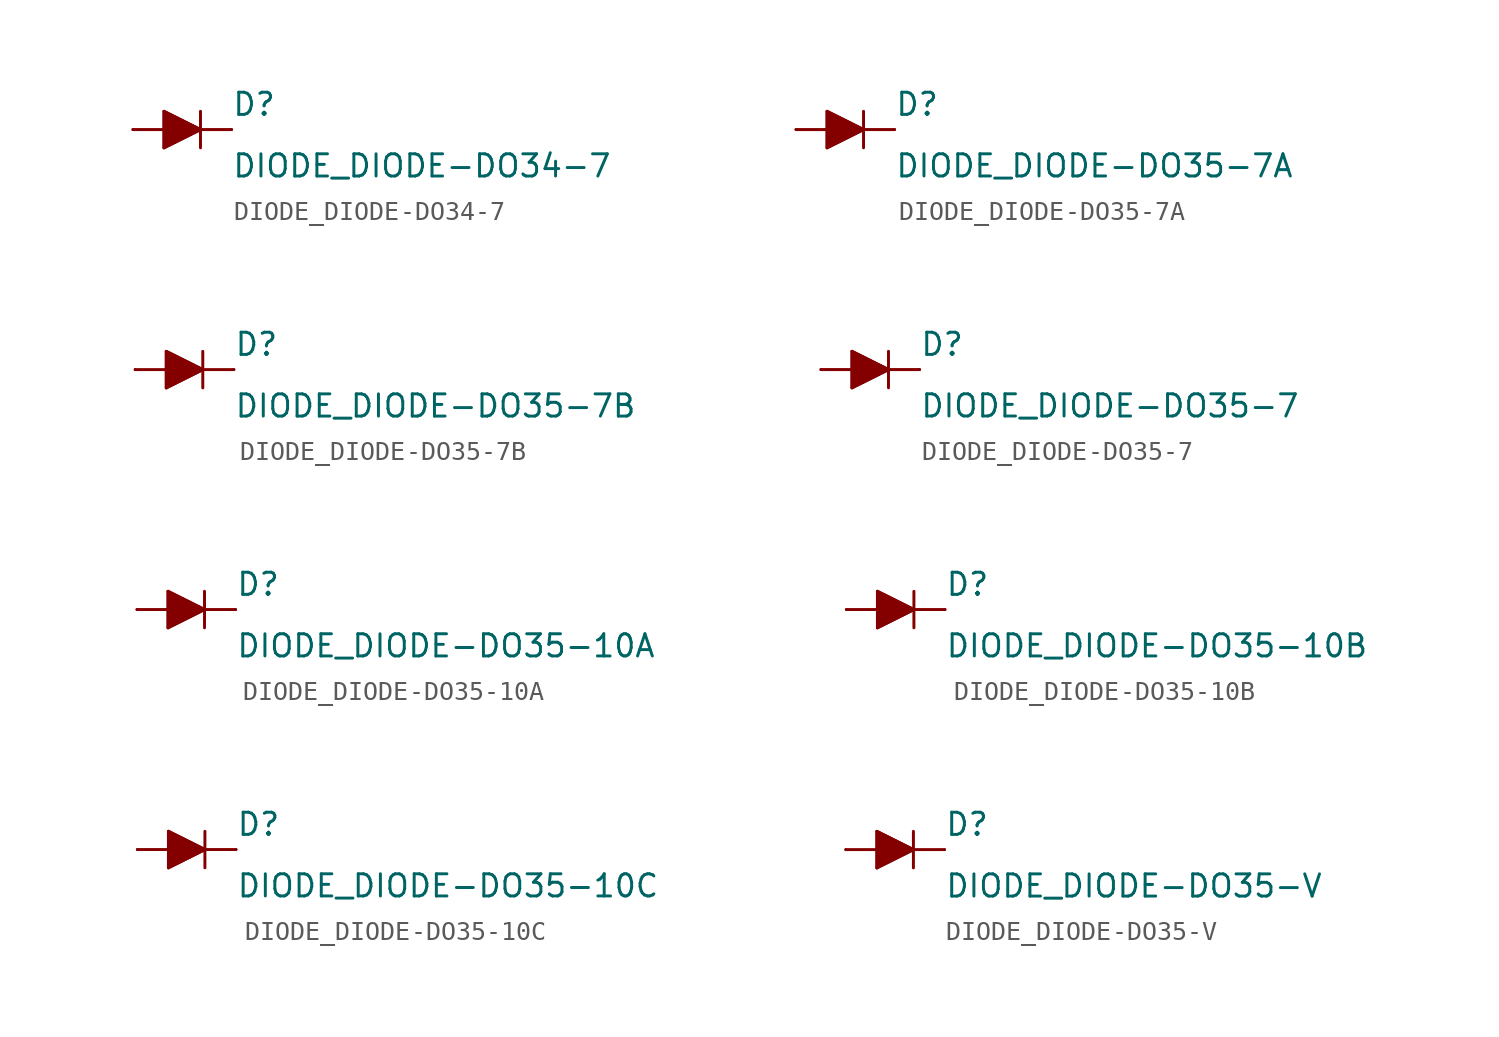
<source format=kicad_sym>
(kicad_symbol_lib
  (version 20210619)
  (generator kicad_symbol_editor)
  (symbol "DIODE_DIODE-DO34-7"
    (pin_numbers hide)
    (pin_names
      (offset 1.016) hide)
    (property "Reference" "D"
      (at 2.54 0.635 0)
      (effects (font (size 1.143 1.143)) (justify left bottom)))
    (property "Value" "DIODE_DIODE-DO34-7"
      (at 2.54 -2.54 0)
      (effects (font (size 1.143 1.143)) (justify left bottom)))
    (property "ki_locked" ""
      (at 0 0 0)
      (effects (font (size 1.27 1.27))))
    (symbol "DIODE_DIODE-DO34-7_1_0"
      (polyline (pts (xy -0.94 -0.94) (xy 0.94 0)) (stroke (width 0)) (fill (type none)))
      (polyline (pts (xy -0.94 0) (xy -2.54 0)) (stroke (width 0)) (fill (type none)))
      (polyline (pts (xy -0.94 0) (xy -0.94 -0.94)) (stroke (width 0)) (fill (type none)))
      (polyline (pts (xy -0.94 0.94) (xy -0.94 0)) (stroke (width 0)) (fill (type none)))
      (polyline (pts (xy 0.94 0) (xy -0.94 0.94)) (stroke (width 0)) (fill (type none)))
      (polyline (pts (xy 0.94 0) (xy 0.94 -0.94)) (stroke (width 0)) (fill (type none)))
      (polyline (pts (xy 0.94 0) (xy 2.54 0)) (stroke (width 0)) (fill (type none)))
      (polyline (pts (xy 0.94 0.94) (xy 0.94 0)) (stroke (width 0)) (fill (type none))))
    (symbol "DIODE_DIODE-DO34-7_1_1"
      (polyline (pts (xy -0.94 0.94) (xy 0.94 0) (xy 0.94 0) (xy -0.94 -0.94) (xy -0.94 -0.94) (xy -0.94 0.94)) (stroke (width 0)) (fill (type outline)))
      (pin passive line (at -2.54 0 0) (length 0) (name "A" (effects (font (size 1.016 1.016)))) (number "A" (effects (font (size 1.016 1.016)))))
      (pin passive line (at 2.54 0 180) (length 0) (name "C" (effects (font (size 1.016 1.016)))) (number "C" (effects (font (size 1.016 1.016)))))))
  (symbol "DIODE_DIODE-DO35-7A"
    (pin_numbers hide)
    (pin_names
      (offset 1.016) hide)
    (property "Reference" "D"
      (at 2.54 0.635 0)
      (effects (font (size 1.143 1.143)) (justify left bottom)))
    (property "Value" "DIODE_DIODE-DO35-7A"
      (at 2.54 -2.54 0)
      (effects (font (size 1.143 1.143)) (justify left bottom)))
    (property "ki_locked" ""
      (at 0 0 0)
      (effects (font (size 1.27 1.27))))
    (symbol "DIODE_DIODE-DO35-7A_1_0"
      (polyline (pts (xy -0.94 -0.94) (xy 0.94 0)) (stroke (width 0)) (fill (type none)))
      (polyline (pts (xy -0.94 0) (xy -2.54 0)) (stroke (width 0)) (fill (type none)))
      (polyline (pts (xy -0.94 0) (xy -0.94 -0.94)) (stroke (width 0)) (fill (type none)))
      (polyline (pts (xy -0.94 0.94) (xy -0.94 0)) (stroke (width 0)) (fill (type none)))
      (polyline (pts (xy 0.94 0) (xy -0.94 0.94)) (stroke (width 0)) (fill (type none)))
      (polyline (pts (xy 0.94 0) (xy 0.94 -0.94)) (stroke (width 0)) (fill (type none)))
      (polyline (pts (xy 0.94 0) (xy 2.54 0)) (stroke (width 0)) (fill (type none)))
      (polyline (pts (xy 0.94 0.94) (xy 0.94 0)) (stroke (width 0)) (fill (type none))))
    (symbol "DIODE_DIODE-DO35-7A_1_1"
      (polyline (pts (xy -0.94 0.94) (xy 0.94 0) (xy 0.94 0) (xy -0.94 -0.94) (xy -0.94 -0.94) (xy -0.94 0.94)) (stroke (width 0)) (fill (type outline)))
      (pin passive line (at -2.54 0 0) (length 0) (name "A" (effects (font (size 1.016 1.016)))) (number "A" (effects (font (size 1.016 1.016)))))
      (pin passive line (at 2.54 0 180) (length 0) (name "C" (effects (font (size 1.016 1.016)))) (number "C" (effects (font (size 1.016 1.016)))))))
  (symbol "DIODE_DIODE-DO35-7B"
    (pin_numbers hide)
    (pin_names
      (offset 1.016) hide)
    (property "Reference" "D"
      (at 2.54 0.635 0)
      (effects (font (size 1.143 1.143)) (justify left bottom)))
    (property "Value" "DIODE_DIODE-DO35-7B"
      (at 2.54 -2.54 0)
      (effects (font (size 1.143 1.143)) (justify left bottom)))
    (property "ki_locked" ""
      (at 0 0 0)
      (effects (font (size 1.27 1.27))))
    (symbol "DIODE_DIODE-DO35-7B_1_0"
      (polyline (pts (xy -0.94 -0.94) (xy 0.94 0)) (stroke (width 0)) (fill (type none)))
      (polyline (pts (xy -0.94 0) (xy -2.54 0)) (stroke (width 0)) (fill (type none)))
      (polyline (pts (xy -0.94 0) (xy -0.94 -0.94)) (stroke (width 0)) (fill (type none)))
      (polyline (pts (xy -0.94 0.94) (xy -0.94 0)) (stroke (width 0)) (fill (type none)))
      (polyline (pts (xy 0.94 0) (xy -0.94 0.94)) (stroke (width 0)) (fill (type none)))
      (polyline (pts (xy 0.94 0) (xy 0.94 -0.94)) (stroke (width 0)) (fill (type none)))
      (polyline (pts (xy 0.94 0) (xy 2.54 0)) (stroke (width 0)) (fill (type none)))
      (polyline (pts (xy 0.94 0.94) (xy 0.94 0)) (stroke (width 0)) (fill (type none))))
    (symbol "DIODE_DIODE-DO35-7B_1_1"
      (polyline (pts (xy -0.94 0.94) (xy 0.94 0) (xy 0.94 0) (xy -0.94 -0.94) (xy -0.94 -0.94) (xy -0.94 0.94)) (stroke (width 0)) (fill (type outline)))
      (pin passive line (at -2.54 0 0) (length 0) (name "A" (effects (font (size 1.016 1.016)))) (number "A" (effects (font (size 1.016 1.016)))))
      (pin passive line (at 2.54 0 180) (length 0) (name "C" (effects (font (size 1.016 1.016)))) (number "C" (effects (font (size 1.016 1.016)))))))
  (symbol "DIODE_DIODE-DO35-7"
    (pin_numbers hide)
    (pin_names
      (offset 1.016) hide)
    (property "Reference" "D"
      (at 2.54 0.635 0)
      (effects (font (size 1.143 1.143)) (justify left bottom)))
    (property "Value" "DIODE_DIODE-DO35-7"
      (at 2.54 -2.54 0)
      (effects (font (size 1.143 1.143)) (justify left bottom)))
    (property "ki_locked" ""
      (at 0 0 0)
      (effects (font (size 1.27 1.27))))
    (symbol "DIODE_DIODE-DO35-7_1_0"
      (polyline (pts (xy -0.94 -0.94) (xy 0.94 0)) (stroke (width 0)) (fill (type none)))
      (polyline (pts (xy -0.94 0) (xy -2.54 0)) (stroke (width 0)) (fill (type none)))
      (polyline (pts (xy -0.94 0) (xy -0.94 -0.94)) (stroke (width 0)) (fill (type none)))
      (polyline (pts (xy -0.94 0.94) (xy -0.94 0)) (stroke (width 0)) (fill (type none)))
      (polyline (pts (xy 0.94 0) (xy -0.94 0.94)) (stroke (width 0)) (fill (type none)))
      (polyline (pts (xy 0.94 0) (xy 0.94 -0.94)) (stroke (width 0)) (fill (type none)))
      (polyline (pts (xy 0.94 0) (xy 2.54 0)) (stroke (width 0)) (fill (type none)))
      (polyline (pts (xy 0.94 0.94) (xy 0.94 0)) (stroke (width 0)) (fill (type none))))
    (symbol "DIODE_DIODE-DO35-7_1_1"
      (polyline (pts (xy -0.94 0.94) (xy 0.94 0) (xy 0.94 0) (xy -0.94 -0.94) (xy -0.94 -0.94) (xy -0.94 0.94)) (stroke (width 0)) (fill (type outline)))
      (pin passive line (at -2.54 0 0) (length 0) (name "A" (effects (font (size 1.016 1.016)))) (number "A" (effects (font (size 1.016 1.016)))))
      (pin passive line (at 2.54 0 180) (length 0) (name "C" (effects (font (size 1.016 1.016)))) (number "C" (effects (font (size 1.016 1.016)))))))
  (symbol "DIODE_DIODE-DO35-10A"
    (pin_numbers hide)
    (pin_names
      (offset 1.016) hide)
    (property "Reference" "D"
      (at 2.54 0.635 0)
      (effects (font (size 1.143 1.143)) (justify left bottom)))
    (property "Value" "DIODE_DIODE-DO35-10A"
      (at 2.54 -2.54 0)
      (effects (font (size 1.143 1.143)) (justify left bottom)))
    (property "ki_locked" ""
      (at 0 0 0)
      (effects (font (size 1.27 1.27))))
    (symbol "DIODE_DIODE-DO35-10A_1_0"
      (polyline (pts (xy -0.94 -0.94) (xy 0.94 0)) (stroke (width 0)) (fill (type none)))
      (polyline (pts (xy -0.94 0) (xy -2.54 0)) (stroke (width 0)) (fill (type none)))
      (polyline (pts (xy -0.94 0) (xy -0.94 -0.94)) (stroke (width 0)) (fill (type none)))
      (polyline (pts (xy -0.94 0.94) (xy -0.94 0)) (stroke (width 0)) (fill (type none)))
      (polyline (pts (xy 0.94 0) (xy -0.94 0.94)) (stroke (width 0)) (fill (type none)))
      (polyline (pts (xy 0.94 0) (xy 0.94 -0.94)) (stroke (width 0)) (fill (type none)))
      (polyline (pts (xy 0.94 0) (xy 2.54 0)) (stroke (width 0)) (fill (type none)))
      (polyline (pts (xy 0.94 0.94) (xy 0.94 0)) (stroke (width 0)) (fill (type none))))
    (symbol "DIODE_DIODE-DO35-10A_1_1"
      (polyline (pts (xy -0.94 0.94) (xy 0.94 0) (xy 0.94 0) (xy -0.94 -0.94) (xy -0.94 -0.94) (xy -0.94 0.94)) (stroke (width 0)) (fill (type outline)))
      (pin passive line (at -2.54 0 0) (length 0) (name "A" (effects (font (size 1.016 1.016)))) (number "A" (effects (font (size 1.016 1.016)))))
      (pin passive line (at 2.54 0 180) (length 0) (name "C" (effects (font (size 1.016 1.016)))) (number "C" (effects (font (size 1.016 1.016)))))))
  (symbol "DIODE_DIODE-DO35-10B"
    (pin_numbers hide)
    (pin_names
      (offset 1.016) hide)
    (property "Reference" "D"
      (at 2.54 0.635 0)
      (effects (font (size 1.143 1.143)) (justify left bottom)))
    (property "Value" "DIODE_DIODE-DO35-10B"
      (at 2.54 -2.54 0)
      (effects (font (size 1.143 1.143)) (justify left bottom)))
    (property "ki_locked" ""
      (at 0 0 0)
      (effects (font (size 1.27 1.27))))
    (symbol "DIODE_DIODE-DO35-10B_1_0"
      (polyline (pts (xy -0.94 -0.94) (xy 0.94 0)) (stroke (width 0)) (fill (type none)))
      (polyline (pts (xy -0.94 0) (xy -2.54 0)) (stroke (width 0)) (fill (type none)))
      (polyline (pts (xy -0.94 0) (xy -0.94 -0.94)) (stroke (width 0)) (fill (type none)))
      (polyline (pts (xy -0.94 0.94) (xy -0.94 0)) (stroke (width 0)) (fill (type none)))
      (polyline (pts (xy 0.94 0) (xy -0.94 0.94)) (stroke (width 0)) (fill (type none)))
      (polyline (pts (xy 0.94 0) (xy 0.94 -0.94)) (stroke (width 0)) (fill (type none)))
      (polyline (pts (xy 0.94 0) (xy 2.54 0)) (stroke (width 0)) (fill (type none)))
      (polyline (pts (xy 0.94 0.94) (xy 0.94 0)) (stroke (width 0)) (fill (type none))))
    (symbol "DIODE_DIODE-DO35-10B_1_1"
      (polyline (pts (xy -0.94 0.94) (xy 0.94 0) (xy 0.94 0) (xy -0.94 -0.94) (xy -0.94 -0.94) (xy -0.94 0.94)) (stroke (width 0)) (fill (type outline)))
      (pin passive line (at -2.54 0 0) (length 0) (name "A" (effects (font (size 1.016 1.016)))) (number "A" (effects (font (size 1.016 1.016)))))
      (pin passive line (at 2.54 0 180) (length 0) (name "C" (effects (font (size 1.016 1.016)))) (number "C" (effects (font (size 1.016 1.016)))))))
  (symbol "DIODE_DIODE-DO35-10C"
    (pin_numbers hide)
    (pin_names
      (offset 1.016) hide)
    (property "Reference" "D"
      (at 2.54 0.635 0)
      (effects (font (size 1.143 1.143)) (justify left bottom)))
    (property "Value" "DIODE_DIODE-DO35-10C"
      (at 2.54 -2.54 0)
      (effects (font (size 1.143 1.143)) (justify left bottom)))
    (property "ki_locked" ""
      (at 0 0 0)
      (effects (font (size 1.27 1.27))))
    (symbol "DIODE_DIODE-DO35-10C_1_0"
      (polyline (pts (xy -0.94 -0.94) (xy 0.94 0)) (stroke (width 0)) (fill (type none)))
      (polyline (pts (xy -0.94 0) (xy -2.54 0)) (stroke (width 0)) (fill (type none)))
      (polyline (pts (xy -0.94 0) (xy -0.94 -0.94)) (stroke (width 0)) (fill (type none)))
      (polyline (pts (xy -0.94 0.94) (xy -0.94 0)) (stroke (width 0)) (fill (type none)))
      (polyline (pts (xy 0.94 0) (xy -0.94 0.94)) (stroke (width 0)) (fill (type none)))
      (polyline (pts (xy 0.94 0) (xy 0.94 -0.94)) (stroke (width 0)) (fill (type none)))
      (polyline (pts (xy 0.94 0) (xy 2.54 0)) (stroke (width 0)) (fill (type none)))
      (polyline (pts (xy 0.94 0.94) (xy 0.94 0)) (stroke (width 0)) (fill (type none))))
    (symbol "DIODE_DIODE-DO35-10C_1_1"
      (polyline (pts (xy -0.94 0.94) (xy 0.94 0) (xy 0.94 0) (xy -0.94 -0.94) (xy -0.94 -0.94) (xy -0.94 0.94)) (stroke (width 0)) (fill (type outline)))
      (pin passive line (at -2.54 0 0) (length 0) (name "A" (effects (font (size 1.016 1.016)))) (number "A" (effects (font (size 1.016 1.016)))))
      (pin passive line (at 2.54 0 180) (length 0) (name "C" (effects (font (size 1.016 1.016)))) (number "C" (effects (font (size 1.016 1.016)))))))
  (symbol "DIODE_DIODE-DO35-V"
    (pin_numbers hide)
    (pin_names
      (offset 1.016) hide)
    (property "Reference" "D"
      (at 2.54 0.635 0)
      (effects (font (size 1.143 1.143)) (justify left bottom)))
    (property "Value" "DIODE_DIODE-DO35-V"
      (at 2.54 -2.54 0)
      (effects (font (size 1.143 1.143)) (justify left bottom)))
    (property "ki_locked" ""
      (at 0 0 0)
      (effects (font (size 1.27 1.27))))
    (symbol "DIODE_DIODE-DO35-V_1_0"
      (polyline (pts (xy -0.94 -0.94) (xy 0.94 0)) (stroke (width 0)) (fill (type none)))
      (polyline (pts (xy -0.94 0) (xy -2.54 0)) (stroke (width 0)) (fill (type none)))
      (polyline (pts (xy -0.94 0) (xy -0.94 -0.94)) (stroke (width 0)) (fill (type none)))
      (polyline (pts (xy -0.94 0.94) (xy -0.94 0)) (stroke (width 0)) (fill (type none)))
      (polyline (pts (xy 0.94 0) (xy -0.94 0.94)) (stroke (width 0)) (fill (type none)))
      (polyline (pts (xy 0.94 0) (xy 0.94 -0.94)) (stroke (width 0)) (fill (type none)))
      (polyline (pts (xy 0.94 0) (xy 2.54 0)) (stroke (width 0)) (fill (type none)))
      (polyline (pts (xy 0.94 0.94) (xy 0.94 0)) (stroke (width 0)) (fill (type none))))
    (symbol "DIODE_DIODE-DO35-V_1_1"
      (polyline (pts (xy -0.94 0.94) (xy 0.94 0) (xy 0.94 0) (xy -0.94 -0.94) (xy -0.94 -0.94) (xy -0.94 0.94)) (stroke (width 0)) (fill (type outline)))
      (pin passive line (at -2.54 0 0) (length 0) (name "A" (effects (font (size 1.016 1.016)))) (number "A" (effects (font (size 1.016 1.016)))))
      (pin passive line (at 2.54 0 180) (length 0) (name "C" (effects (font (size 1.016 1.016)))) (number "C" (effects (font (size 1.016 1.016))))))))
</source>
